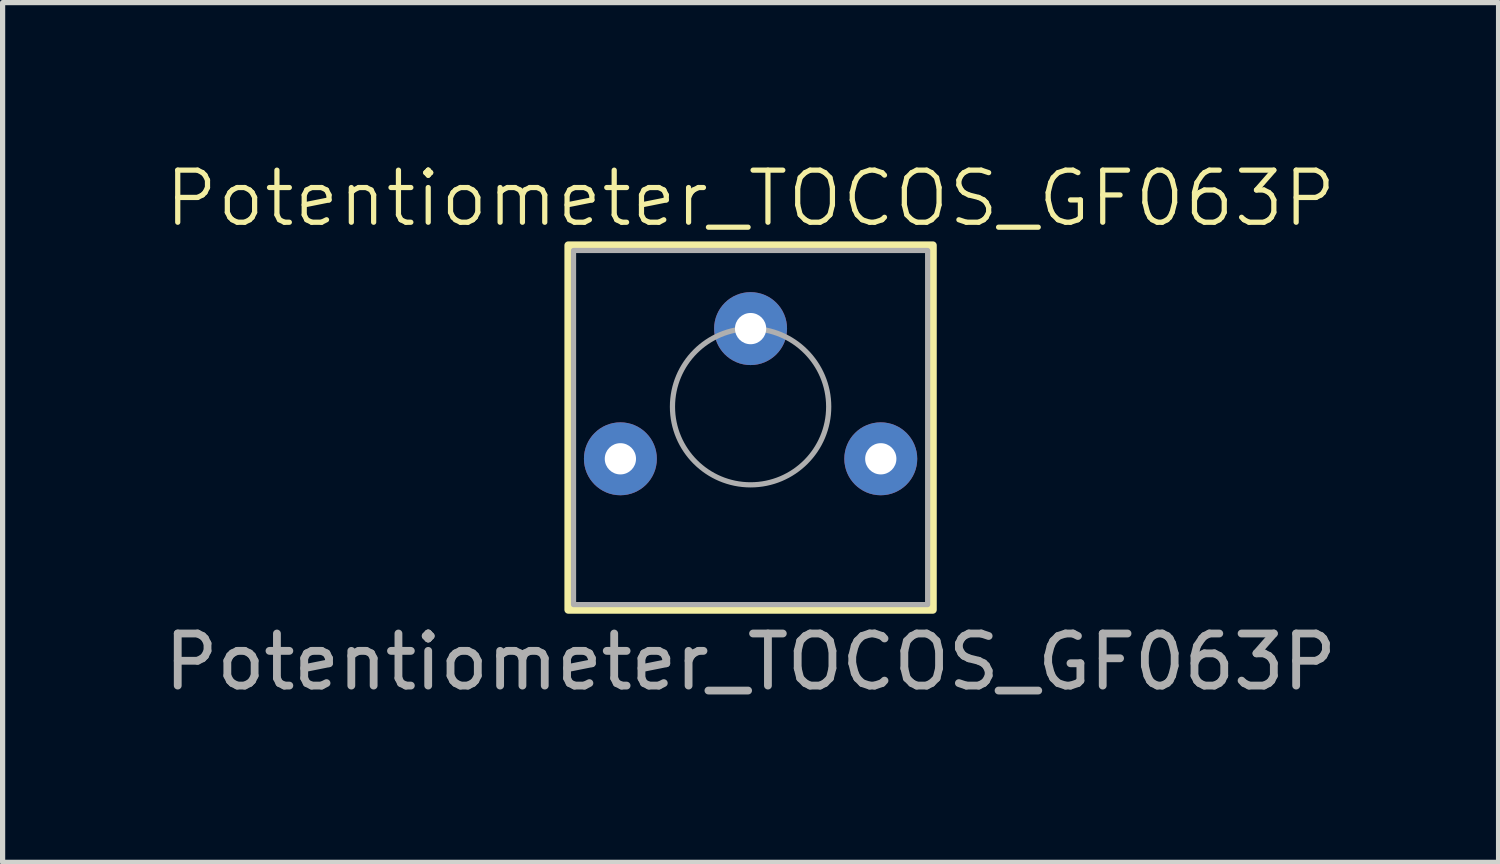
<source format=kicad_pcb>
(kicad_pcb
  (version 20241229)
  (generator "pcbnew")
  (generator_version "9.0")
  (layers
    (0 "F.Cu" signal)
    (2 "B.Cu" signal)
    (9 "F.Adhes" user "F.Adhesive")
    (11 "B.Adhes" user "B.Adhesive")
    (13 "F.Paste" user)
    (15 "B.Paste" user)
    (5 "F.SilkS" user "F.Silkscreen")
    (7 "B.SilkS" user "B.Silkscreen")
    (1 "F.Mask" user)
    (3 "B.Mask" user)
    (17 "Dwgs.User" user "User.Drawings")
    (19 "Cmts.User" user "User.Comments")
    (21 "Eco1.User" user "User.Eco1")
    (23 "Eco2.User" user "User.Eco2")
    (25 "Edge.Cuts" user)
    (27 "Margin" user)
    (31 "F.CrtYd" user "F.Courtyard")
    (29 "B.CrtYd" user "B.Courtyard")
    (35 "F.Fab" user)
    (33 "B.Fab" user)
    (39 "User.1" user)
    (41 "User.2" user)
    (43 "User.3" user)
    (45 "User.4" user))
  (footprint "Potentiometer_TOCOS_GF063P"
    (layer "F.Cu")
    (at 11.363 5.16)
    (property "Reference" "Potentiometer_TOCOS_GF063P" (at 0 -4.4 0) (unlocked yes) (layer "F.SilkS") (effects (font (size 1 1) (thickness 0.1))))
    (attr smd)
    (fp_rect (start -3.5 3.5) (end 3.5 -3.5) (stroke (width 0.15) (type default)) (fill no) (layer "F.SilkS"))
    (fp_rect (start -3.4 3.4) (end 3.4 -3.4) (stroke (width 0.1) (type default)) (fill no) (layer "F.Fab"))
    (fp_circle (center 0 -0.4) (end 1.5 -0.4) (stroke (width 0.1) (type default)) (fill no) (layer "F.Fab"))
    (fp_text user "${REFERENCE}" (at 0 4.5 0) (unlocked yes) (layer "F.Fab") (effects (font (size 1 1) (thickness 0.15))))
    (pad "1" thru_hole circle (at -2.5 0.6) (size 1.4 1.4) (drill 0.6) (layers "*.Cu" "*.Mask"))
    (pad "2" thru_hole circle (at 0 -1.9) (size 1.4 1.4) (drill 0.6) (layers "*.Cu" "*.Mask"))
    (pad "3" thru_hole circle (at 2.5 0.6) (size 1.4 1.4) (drill 0.6) (layers "*.Cu" "*.Mask")))
  (gr_rect
    (start -3 -3)
    (end 25.726 13.509)
    (stroke (width 0.1) (type default))
    (fill no)
    (layer "Edge.Cuts")))
</source>
